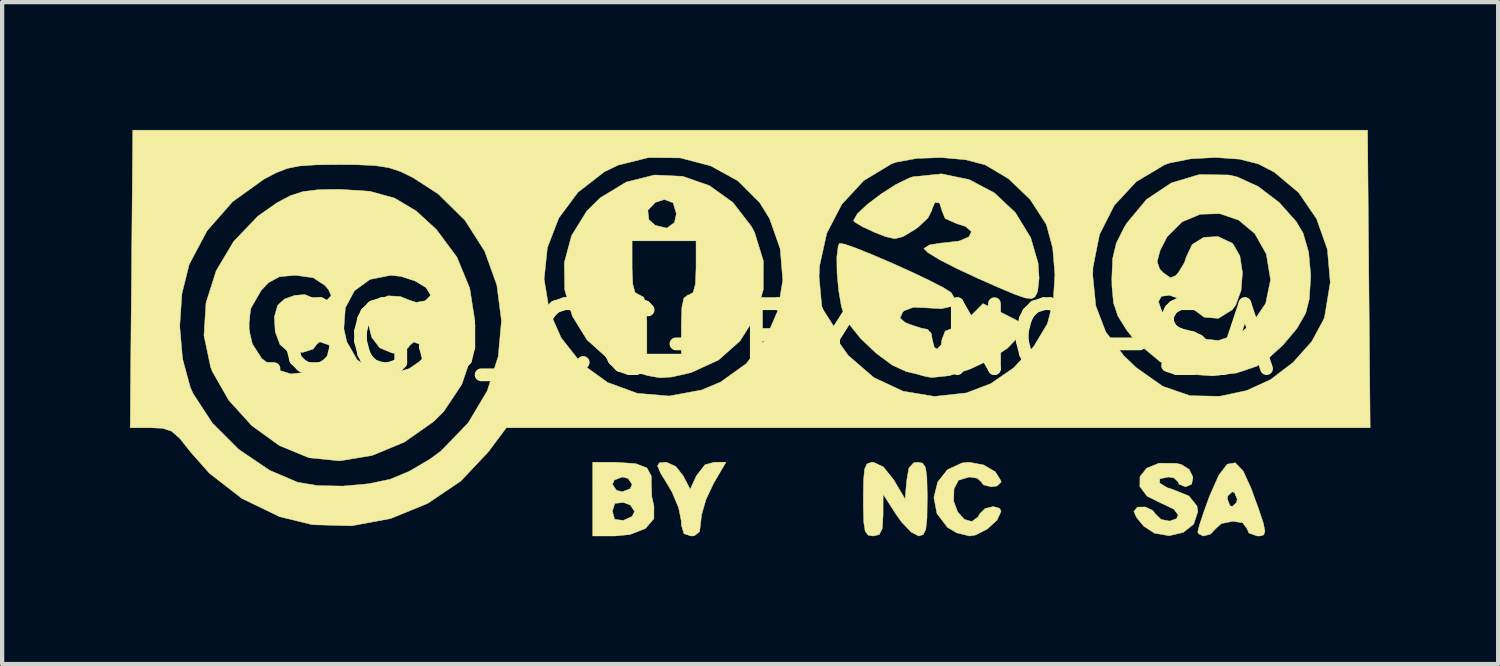
<source format=kicad_pcb>
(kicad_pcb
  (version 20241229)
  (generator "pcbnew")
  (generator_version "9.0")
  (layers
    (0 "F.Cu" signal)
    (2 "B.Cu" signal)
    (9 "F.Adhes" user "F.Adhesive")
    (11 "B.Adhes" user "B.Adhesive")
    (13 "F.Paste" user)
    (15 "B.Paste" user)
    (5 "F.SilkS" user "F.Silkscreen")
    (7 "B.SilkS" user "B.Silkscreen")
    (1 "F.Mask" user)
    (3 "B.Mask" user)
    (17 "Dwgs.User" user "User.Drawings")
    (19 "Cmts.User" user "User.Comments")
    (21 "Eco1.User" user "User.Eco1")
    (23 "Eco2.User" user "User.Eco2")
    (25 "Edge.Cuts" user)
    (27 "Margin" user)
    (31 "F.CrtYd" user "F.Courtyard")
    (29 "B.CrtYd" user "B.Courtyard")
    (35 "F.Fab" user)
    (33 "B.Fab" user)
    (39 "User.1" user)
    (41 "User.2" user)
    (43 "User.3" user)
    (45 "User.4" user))
  (footprint "LOGO_CC-BY-NC-SA"
    (layer "F.Cu")
    (at 14.556 4.912)
    (property "Reference" "LOGO_CC-BY-NC-SA" (at 0 0 0) (layer "F.SilkS") (effects (font (size 1.524 1.524) (thickness 0.3))))
    (attr through_hole board_only exclude_from_pos_files exclude_from_bom)
    (fp_poly (pts (xy -0.861 3.387) (xy -1.037 3.761) (xy -1.142 4.126) (xy -1.155 4.253) (xy -1.187 4.515) (xy -1.309 4.612) (xy -1.385 4.618) (xy -1.554 4.564) (xy -1.614 4.363) (xy -1.616 4.27) (xy -1.679 3.955) (xy -1.834 3.586) (xy -1.905 3.464) (xy -2.101 3.143) (xy -2.174 2.971) (xy -2.131 2.9) (xy -1.974 2.886) (xy -1.966 2.886) (xy -1.746 2.985) (xy -1.573 3.204) (xy -1.407 3.521) (xy -1.262 3.204) (xy -1.059 2.945) (xy -0.843 2.886) (xy -0.568 2.886) (xy -0.861 3.387)) (stroke (width 0.01) (type solid)) (fill yes) (layer "F.SilkS"))
    (fp_poly (pts (xy 5.48 2.951) (xy 5.755 3.112) (xy 5.886 3.323) (xy 5.888 3.356) (xy 5.791 3.444) (xy 5.657 3.464) (xy 5.47 3.415) (xy 5.426 3.348) (xy 5.328 3.261) (xy 5.14 3.233) (xy 4.89 3.308) (xy 4.784 3.511) (xy 4.776 3.801) (xy 4.871 4.054) (xy 5.027 4.227) (xy 5.202 4.278) (xy 5.352 4.167) (xy 5.385 4.099) (xy 5.513 3.973) (xy 5.706 3.926) (xy 5.859 3.971) (xy 5.888 4.041) (xy 5.793 4.247) (xy 5.564 4.455) (xy 5.288 4.595) (xy 5.151 4.618) (xy 4.85 4.545) (xy 4.631 4.416) (xy 4.383 4.088) (xy 4.312 3.713) (xy 4.402 3.351) (xy 4.63 3.061) (xy 4.979 2.901) (xy 5.138 2.886) (xy 5.48 2.951)) (stroke (width 0.01) (type solid)) (fill yes) (layer "F.SilkS"))
    (fp_poly (pts (xy 11.571 3.092) (xy 11.751 3.486) (xy 11.936 3.99) (xy 12.044 4.317) (xy 12.082 4.505) (xy 12.053 4.592) (xy 11.964 4.617) (xy 11.9 4.618) (xy 11.705 4.548) (xy 11.661 4.445) (xy 11.558 4.307) (xy 11.327 4.272) (xy 11.056 4.327) (xy 10.926 4.445) (xy 10.803 4.575) (xy 10.631 4.619) (xy 10.515 4.558) (xy 10.506 4.517) (xy 10.544 4.364) (xy 10.644 4.062) (xy 10.756 3.752) (xy 11.199 3.752) (xy 11.261 3.906) (xy 11.315 3.925) (xy 11.417 3.832) (xy 11.43 3.752) (xy 11.368 3.599) (xy 11.315 3.579) (xy 11.212 3.673) (xy 11.199 3.752) (xy 10.756 3.752) (xy 10.782 3.68) (xy 10.998 3.192) (xy 11.196 2.932) (xy 11.385 2.899) (xy 11.571 3.092)) (stroke (width 0.01) (type solid)) (fill yes) (layer "F.SilkS"))
    (fp_poly (pts (xy 4.047 2.909) (xy 4.114 3.007) (xy 4.147 3.229) (xy 4.156 3.623) (xy 4.156 3.752) (xy 4.15 4.199) (xy 4.122 4.461) (xy 4.062 4.585) (xy 3.961 4.617) (xy 3.954 4.617) (xy 3.779 4.526) (xy 3.557 4.294) (xy 3.437 4.127) (xy 3.121 3.637) (xy 3.119 4.128) (xy 3.101 4.441) (xy 3.03 4.585) (xy 2.886 4.618) (xy 2.768 4.598) (xy 2.699 4.504) (xy 2.666 4.291) (xy 2.656 3.908) (xy 2.655 3.752) (xy 2.661 3.31) (xy 2.685 3.05) (xy 2.742 2.926) (xy 2.844 2.888) (xy 2.89 2.886) (xy 3.125 2.995) (xy 3.37 3.3) (xy 3.381 3.319) (xy 3.637 3.752) (xy 3.673 3.319) (xy 3.725 3.023) (xy 3.837 2.9) (xy 3.932 2.886) (xy 4.047 2.909)) (stroke (width 0.01) (type solid)) (fill yes) (layer "F.SilkS"))
    (fp_poly (pts (xy -3.146 2.888) (xy -2.688 2.919) (xy -2.423 3.02) (xy -2.319 3.21) (xy -2.32 3.361) (xy -2.308 3.695) (xy -2.258 3.918) (xy -2.26 4.213) (xy -2.458 4.442) (xy -2.823 4.584) (xy -3.188 4.618) (xy -3.695 4.618) (xy -3.695 4.041) (xy -3.233 4.041) (xy -3.18 4.226) (xy -2.984 4.252) (xy -2.973 4.251) (xy -2.77 4.157) (xy -2.713 4.041) (xy -2.811 3.892) (xy -2.973 3.831) (xy -3.176 3.852) (xy -3.233 4.031) (xy -3.233 4.041) (xy -3.695 4.041) (xy -3.695 3.406) (xy -3.233 3.406) (xy -3.136 3.547) (xy -3.002 3.579) (xy -2.814 3.507) (xy -2.771 3.406) (xy -2.867 3.265) (xy -3.002 3.233) (xy -3.19 3.305) (xy -3.233 3.406) (xy -3.695 3.406) (xy -3.695 2.886) (xy -3.146 2.888)) (stroke (width 0.01) (type solid)) (fill yes) (layer "F.SilkS"))
    (fp_poly (pts (xy 9.997 2.912) (xy 10.114 2.937) (xy 10.304 3.055) (xy 10.392 3.237) (xy 10.362 3.401) (xy 10.218 3.464) (xy 10.064 3.401) (xy 10.045 3.348) (xy 9.948 3.254) (xy 9.814 3.233) (xy 9.615 3.276) (xy 9.61 3.374) (xy 9.785 3.483) (xy 9.9 3.518) (xy 10.298 3.679) (xy 10.487 3.914) (xy 10.506 4.047) (xy 10.409 4.34) (xy 10.163 4.534) (xy 9.834 4.611) (xy 9.489 4.552) (xy 9.236 4.387) (xy 9.067 4.181) (xy 9.005 4.041) (xy 9.09 3.94) (xy 9.273 3.936) (xy 9.45 4.019) (xy 9.509 4.099) (xy 9.644 4.229) (xy 9.844 4.268) (xy 10.007 4.211) (xy 10.045 4.123) (xy 9.946 3.991) (xy 9.705 3.871) (xy 9.679 3.863) (xy 9.316 3.684) (xy 9.146 3.457) (xy 9.149 3.224) (xy 9.305 3.027) (xy 9.594 2.909) (xy 9.997 2.912)) (stroke (width 0.01) (type solid)) (fill yes) (layer "F.SilkS"))
    (fp_poly (pts (xy 5.141 -3.747) (xy 5.732 -3.435) (xy 6.225 -2.972) (xy 6.584 -2.384) (xy 6.757 -1.79) (xy 6.781 -1.431) (xy 6.748 -1.134) (xy 6.734 -1.091) (xy 6.684 -0.996) (xy 6.606 -0.953) (xy 6.46 -0.969) (xy 6.21 -1.055) (xy 5.82 -1.219) (xy 5.338 -1.432) (xy 4.845 -1.662) (xy 4.444 -1.868) (xy 4.176 -2.031) (xy 4.078 -2.127) (xy 4.078 -2.131) (xy 4.209 -2.214) (xy 4.477 -2.258) (xy 4.52 -2.26) (xy 4.904 -2.305) (xy 5.134 -2.403) (xy 5.192 -2.526) (xy 5.057 -2.647) (xy 4.849 -2.713) (xy 4.576 -2.834) (xy 4.503 -3.011) (xy 4.446 -3.197) (xy 4.338 -3.215) (xy 4.268 -3.057) (xy 4.267 -3.031) (xy 4.173 -2.847) (xy 3.944 -2.631) (xy 3.847 -2.564) (xy 3.586 -2.408) (xy 3.394 -2.359) (xy 3.169 -2.411) (xy 2.929 -2.506) (xy 2.633 -2.642) (xy 2.452 -2.752) (xy 2.425 -2.786) (xy 2.516 -2.945) (xy 2.752 -3.167) (xy 3.074 -3.41) (xy 3.42 -3.631) (xy 3.733 -3.784) (xy 3.822 -3.813) (xy 4.491 -3.882) (xy 5.141 -3.747)) (stroke (width 0.01) (type solid)) (fill yes) (layer "F.SilkS"))
    (fp_poly (pts (xy 2.22 -2.231) (xy 2.5 -2.132) (xy 2.888 -1.975) (xy 3.335 -1.783) (xy 3.79 -1.578) (xy 4.204 -1.381) (xy 4.528 -1.214) (xy 4.711 -1.1) (xy 4.718 -1.093) (xy 4.832 -0.906) (xy 4.746 -0.774) (xy 4.486 -0.717) (xy 4.21 -0.733) (xy 3.833 -0.751) (xy 3.614 -0.67) (xy 3.578 -0.633) (xy 3.516 -0.498) (xy 3.634 -0.396) (xy 3.747 -0.348) (xy 4.009 -0.262) (xy 4.164 -0.231) (xy 4.252 -0.134) (xy 4.272 0) (xy 4.32 0.188) (xy 4.387 0.231) (xy 4.481 0.134) (xy 4.503 0) (xy 4.577 -0.19) (xy 4.681 -0.231) (xy 4.876 -0.308) (xy 5.123 -0.496) (xy 5.162 -0.533) (xy 5.464 -0.836) (xy 5.976 -0.587) (xy 6.276 -0.432) (xy 6.402 -0.32) (xy 6.389 -0.198) (xy 6.32 -0.083) (xy 6.04 0.209) (xy 5.625 0.482) (xy 5.145 0.707) (xy 4.667 0.856) (xy 4.261 0.899) (xy 4.099 0.869) (xy 3.907 0.816) (xy 3.663 0.758) (xy 3.341 0.611) (xy 2.961 0.332) (xy 2.591 -0.02) (xy 2.299 -0.386) (xy 2.225 -0.511) (xy 2.141 -0.772) (xy 2.077 -1.145) (xy 2.039 -1.556) (xy 2.034 -1.929) (xy 2.066 -2.188) (xy 2.097 -2.251) (xy 2.22 -2.231)) (stroke (width 0.01) (type solid)) (fill yes) (layer "F.SilkS"))
    (fp_poly (pts (xy -1.584 -3.824) (xy -0.956 -3.605) (xy -0.404 -3.209) (xy 0.031 -2.645) (xy 0.105 -2.504) (xy 0.31 -1.837) (xy 0.308 -1.164) (xy 0.119 -0.525) (xy -0.238 0.04) (xy -0.743 0.488) (xy -1.377 0.778) (xy -1.451 0.798) (xy -1.836 0.885) (xy -2.114 0.905) (xy -2.402 0.854) (xy -2.687 0.77) (xy -3.332 0.463) (xy -3.829 0.014) (xy -4.172 -0.54) (xy -4.352 -1.158) (xy -4.361 -1.801) (xy -4.225 -2.309) (xy -2.771 -2.309) (xy -2.771 -1.674) (xy -2.755 -1.291) (xy -2.701 -1.094) (xy -2.598 -1.039) (xy -2.497 -0.986) (xy -2.443 -0.797) (xy -2.425 -0.43) (xy -2.425 -0.346) (xy -2.425 0.346) (xy -1.616 0.346) (xy -1.616 -0.346) (xy -1.603 -0.749) (xy -1.556 -0.965) (xy -1.464 -1.038) (xy -1.443 -1.039) (xy -1.339 -1.096) (xy -1.285 -1.296) (xy -1.27 -1.674) (xy -1.27 -2.309) (xy -2.771 -2.309) (xy -4.225 -2.309) (xy -4.192 -2.431) (xy -3.835 -3.008) (xy -3.816 -3.027) (xy -2.402 -3.027) (xy -2.377 -2.808) (xy -2.229 -2.673) (xy -1.956 -2.608) (xy -1.777 -2.739) (xy -1.732 -2.947) (xy -1.808 -3.203) (xy -2.015 -3.279) (xy -2.223 -3.213) (xy -2.402 -3.027) (xy -3.816 -3.027) (xy -3.519 -3.32) (xy -2.906 -3.69) (xy -2.247 -3.855) (xy -1.584 -3.824)) (stroke (width 0.01) (type solid)) (fill yes) (layer "F.SilkS"))
    (fp_poly (pts (xy 11.231 -3.855) (xy 11.424 -3.812) (xy 11.922 -3.586) (xy 12.414 -3.212) (xy 12.817 -2.76) (xy 12.977 -2.491) (xy 13.107 -2.043) (xy 13.157 -1.49) (xy 13.122 -0.945) (xy 13.039 -0.614) (xy 12.834 -0.255) (xy 12.505 0.136) (xy 12.133 0.474) (xy 11.892 0.631) (xy 11.419 0.791) (xy 10.862 0.86) (xy 10.351 0.824) (xy 10.315 0.816) (xy 9.627 0.531) (xy 9.047 0.05) (xy 8.836 -0.215) (xy 8.633 -0.542) (xy 8.528 -0.85) (xy 8.491 -1.244) (xy 8.488 -1.43) (xy 8.505 -1.823) (xy 9.552 -1.823) (xy 9.612 -1.647) (xy 9.694 -1.562) (xy 9.862 -1.442) (xy 9.986 -1.493) (xy 10.052 -1.567) (xy 10.193 -1.8) (xy 10.232 -1.922) (xy 10.374 -2.224) (xy 10.648 -2.393) (xy 10.983 -2.41) (xy 11.309 -2.255) (xy 11.334 -2.233) (xy 11.493 -1.957) (xy 11.554 -1.564) (xy 11.521 -1.146) (xy 11.394 -0.796) (xy 11.315 -0.693) (xy 10.989 -0.49) (xy 10.655 -0.517) (xy 10.343 -0.75) (xy 10.097 -0.942) (xy 9.843 -1.031) (xy 9.65 -1.008) (xy 9.583 -0.881) (xy 9.677 -0.616) (xy 9.914 -0.333) (xy 10.222 -0.106) (xy 10.42 -0.025) (xy 10.991 0.029) (xy 11.482 -0.133) (xy 11.777 -0.365) (xy 12.098 -0.839) (xy 12.214 -1.394) (xy 12.116 -1.989) (xy 12.111 -2.005) (xy 11.843 -2.481) (xy 11.465 -2.796) (xy 11.022 -2.947) (xy 10.564 -2.934) (xy 10.136 -2.754) (xy 9.786 -2.406) (xy 9.623 -2.09) (xy 9.552 -1.823) (xy 8.505 -1.823) (xy 8.508 -1.898) (xy 8.594 -2.257) (xy 8.778 -2.623) (xy 8.836 -2.72) (xy 9.304 -3.282) (xy 9.886 -3.67) (xy 10.542 -3.866) (xy 11.231 -3.855)) (stroke (width 0.01) (type solid)) (fill yes) (layer "F.SilkS"))
    (fp_poly (pts (xy -8.924 -3.472) (xy -8.349 -3.314) (xy -7.842 -3.013) (xy -7.367 -2.579) (xy -6.882 -1.927) (xy -6.581 -1.196) (xy -6.461 -0.427) (xy -6.524 0.339) (xy -6.768 1.06) (xy -7.192 1.696) (xy -7.432 1.934) (xy -8.12 2.416) (xy -8.87 2.727) (xy -9.633 2.854) (xy -10.353 2.782) (xy -11.048 2.496) (xy -11.695 2.029) (xy -12.238 1.431) (xy -12.625 0.752) (xy -12.662 0.656) (xy -12.819 -0.088) (xy -12.806 -0.292) (xy -11.778 -0.292) (xy -11.683 0.11) (xy -11.464 0.451) (xy -11.152 0.697) (xy -10.777 0.814) (xy -10.37 0.768) (xy -9.971 0.535) (xy -9.654 0.263) (xy -9.907 0.127) (xy -10.1 0.061) (xy -10.16 0.104) (xy -10.259 0.231) (xy -10.494 0.307) (xy -10.769 0.309) (xy -10.849 0.29) (xy -11.035 0.124) (xy -11.147 -0.177) (xy -11.151 -0.248) (xy -9.536 -0.248) (xy -9.468 0.057) (xy -9.224 0.483) (xy -8.864 0.74) (xy -8.438 0.813) (xy -7.998 0.688) (xy -7.778 0.535) (xy -7.575 0.351) (xy -7.536 0.249) (xy -7.648 0.162) (xy -7.702 0.133) (xy -7.9 0.065) (xy -8.002 0.159) (xy -8.012 0.183) (xy -8.179 0.317) (xy -8.398 0.325) (xy -8.695 0.201) (xy -8.884 -0.049) (xy -8.961 -0.361) (xy -8.92 -0.67) (xy -8.757 -0.911) (xy -8.499 -1.019) (xy -8.21 -1.003) (xy -8.032 -0.93) (xy -7.835 -0.865) (xy -7.622 -0.904) (xy -7.507 -1.024) (xy -7.505 -1.045) (xy -7.607 -1.212) (xy -7.862 -1.367) (xy -8.195 -1.475) (xy -8.438 -1.501) (xy -8.926 -1.403) (xy -9.289 -1.136) (xy -9.501 -0.738) (xy -9.536 -0.248) (xy -11.151 -0.248) (xy -11.167 -0.524) (xy -11.09 -0.796) (xy -10.93 -0.942) (xy -10.688 -1.03) (xy -10.448 -1.048) (xy -10.294 -0.983) (xy -10.275 -0.924) (xy -10.202 -0.816) (xy -9.991 -0.884) (xy -9.934 -0.918) (xy -9.834 -1.022) (xy -9.894 -1.162) (xy -9.98 -1.263) (xy -10.253 -1.443) (xy -10.664 -1.501) (xy -10.687 -1.501) (xy -11.049 -1.467) (xy -11.303 -1.329) (xy -11.477 -1.146) (xy -11.72 -0.722) (xy -11.778 -0.292) (xy -12.806 -0.292) (xy -12.771 -0.856) (xy -12.533 -1.605) (xy -12.122 -2.296) (xy -11.554 -2.888) (xy -11.103 -3.205) (xy -10.788 -3.371) (xy -10.493 -3.466) (xy -10.134 -3.51) (xy -9.64 -3.519) (xy -8.924 -3.472)) (stroke (width 0.01) (type solid)) (fill yes) (layer "F.SilkS"))
    (fp_poly (pts (xy 14.52 -1.414) (xy 14.551 2.078) (xy -5.723 2.078) (xy -6.148 2.647) (xy -6.793 3.33) (xy -7.57 3.854) (xy -8.437 4.208) (xy -9.353 4.379) (xy -10.276 4.353) (xy -11.046 4.164) (xy -11.928 3.737) (xy -12.692 3.145) (xy -13.133 2.647) (xy -13.383 2.33) (xy -13.578 2.159) (xy -13.789 2.09) (xy -14.054 2.078) (xy -14.551 2.078) (xy -14.53 -0.302) (xy -13.388 -0.302) (xy -13.322 0.457) (xy -13.142 1.123) (xy -13.075 1.275) (xy -12.622 1.968) (xy -12.001 2.587) (xy -11.277 3.077) (xy -10.622 3.356) (xy -10.152 3.435) (xy -9.561 3.446) (xy -8.947 3.391) (xy -8.447 3.285) (xy -7.998 3.098) (xy -7.512 2.812) (xy -7.255 2.622) (xy -6.617 1.962) (xy -6.17 1.211) (xy -5.912 0.401) (xy -5.837 -0.437) (xy -5.945 -1.269) (xy -5.994 -1.408) (xy -4.836 -1.408) (xy -4.711 -0.655) (xy -4.436 -0.033) (xy -3.955 0.576) (xy -3.346 1.014) (xy -2.649 1.269) (xy -1.901 1.332) (xy -1.141 1.192) (xy -0.697 1.006) (xy -0.094 0.575) (xy 0.356 0.004) (xy 0.646 -0.664) (xy 0.766 -1.387) (xy 0.759 -1.468) (xy 1.617 -1.468) (xy 1.68 -0.775) (xy 1.894 -0.194) (xy 2.29 0.365) (xy 2.312 0.39) (xy 2.901 0.898) (xy 3.587 1.219) (xy 4.326 1.342) (xy 5.074 1.26) (xy 5.645 1.043) (xy 6.184 0.671) (xy 6.654 0.172) (xy 6.978 -0.368) (xy 6.979 -0.372) (xy 7.113 -0.892) (xy 7.151 -1.501) (xy 8.04 -1.501) (xy 8.112 -0.783) (xy 8.345 -0.173) (xy 8.767 0.385) (xy 9.063 0.668) (xy 9.682 1.104) (xy 10.322 1.325) (xy 11.021 1.339) (xy 11.654 1.204) (xy 12.216 0.946) (xy 12.745 0.542) (xy 13.181 0.052) (xy 13.46 -0.465) (xy 13.483 -0.533) (xy 13.615 -1.334) (xy 13.547 -2.111) (xy 13.294 -2.826) (xy 12.873 -3.442) (xy 12.299 -3.923) (xy 11.924 -4.116) (xy 11.482 -4.227) (xy 10.92 -4.266) (xy 10.339 -4.235) (xy 9.839 -4.135) (xy 9.723 -4.093) (xy 9.06 -3.697) (xy 8.545 -3.142) (xy 8.2 -2.461) (xy 8.046 -1.689) (xy 8.04 -1.501) (xy 7.151 -1.501) (xy 7.152 -1.518) (xy 7.1 -2.145) (xy 6.957 -2.672) (xy 6.939 -2.713) (xy 6.572 -3.28) (xy 6.062 -3.769) (xy 5.517 -4.093) (xy 5.059 -4.213) (xy 4.491 -4.264) (xy 3.913 -4.245) (xy 3.426 -4.156) (xy 3.316 -4.116) (xy 2.666 -3.724) (xy 2.151 -3.168) (xy 1.797 -2.487) (xy 1.628 -1.719) (xy 1.617 -1.468) (xy 0.759 -1.468) (xy 0.705 -2.122) (xy 0.457 -2.828) (xy 0.223 -3.208) (xy -0.288 -3.718) (xy -0.927 -4.07) (xy -1.642 -4.256) (xy -2.383 -4.264) (xy -3.101 -4.085) (xy -3.42 -3.931) (xy -4.041 -3.451) (xy -4.491 -2.845) (xy -4.759 -2.151) (xy -4.836 -1.408) (xy -5.994 -1.408) (xy -6.23 -2.064) (xy -6.69 -2.788) (xy -7.321 -3.41) (xy -7.909 -3.791) (xy -8.205 -3.936) (xy -8.481 -4.027) (xy -8.805 -4.076) (xy -9.244 -4.096) (xy -9.64 -4.099) (xy -10.187 -4.093) (xy -10.573 -4.067) (xy -10.865 -4.009) (xy -11.134 -3.903) (xy -11.413 -3.756) (xy -12.149 -3.227) (xy -12.746 -2.546) (xy -13.162 -1.764) (xy -13.168 -1.749) (xy -13.337 -1.067) (xy -13.388 -0.302) (xy -14.53 -0.302) (xy -14.52 -1.414) (xy -14.49 -4.907) (xy 14.49 -4.907) (xy 14.52 -1.414)) (stroke (width 0.01) (type solid)) (fill yes) (layer "F.SilkS")))
  (gr_rect
    (start -3 -3)
    (end 32.111 12.535)
    (stroke (width 0.1) (type default))
    (fill no)
    (layer "Edge.Cuts")))
</source>
